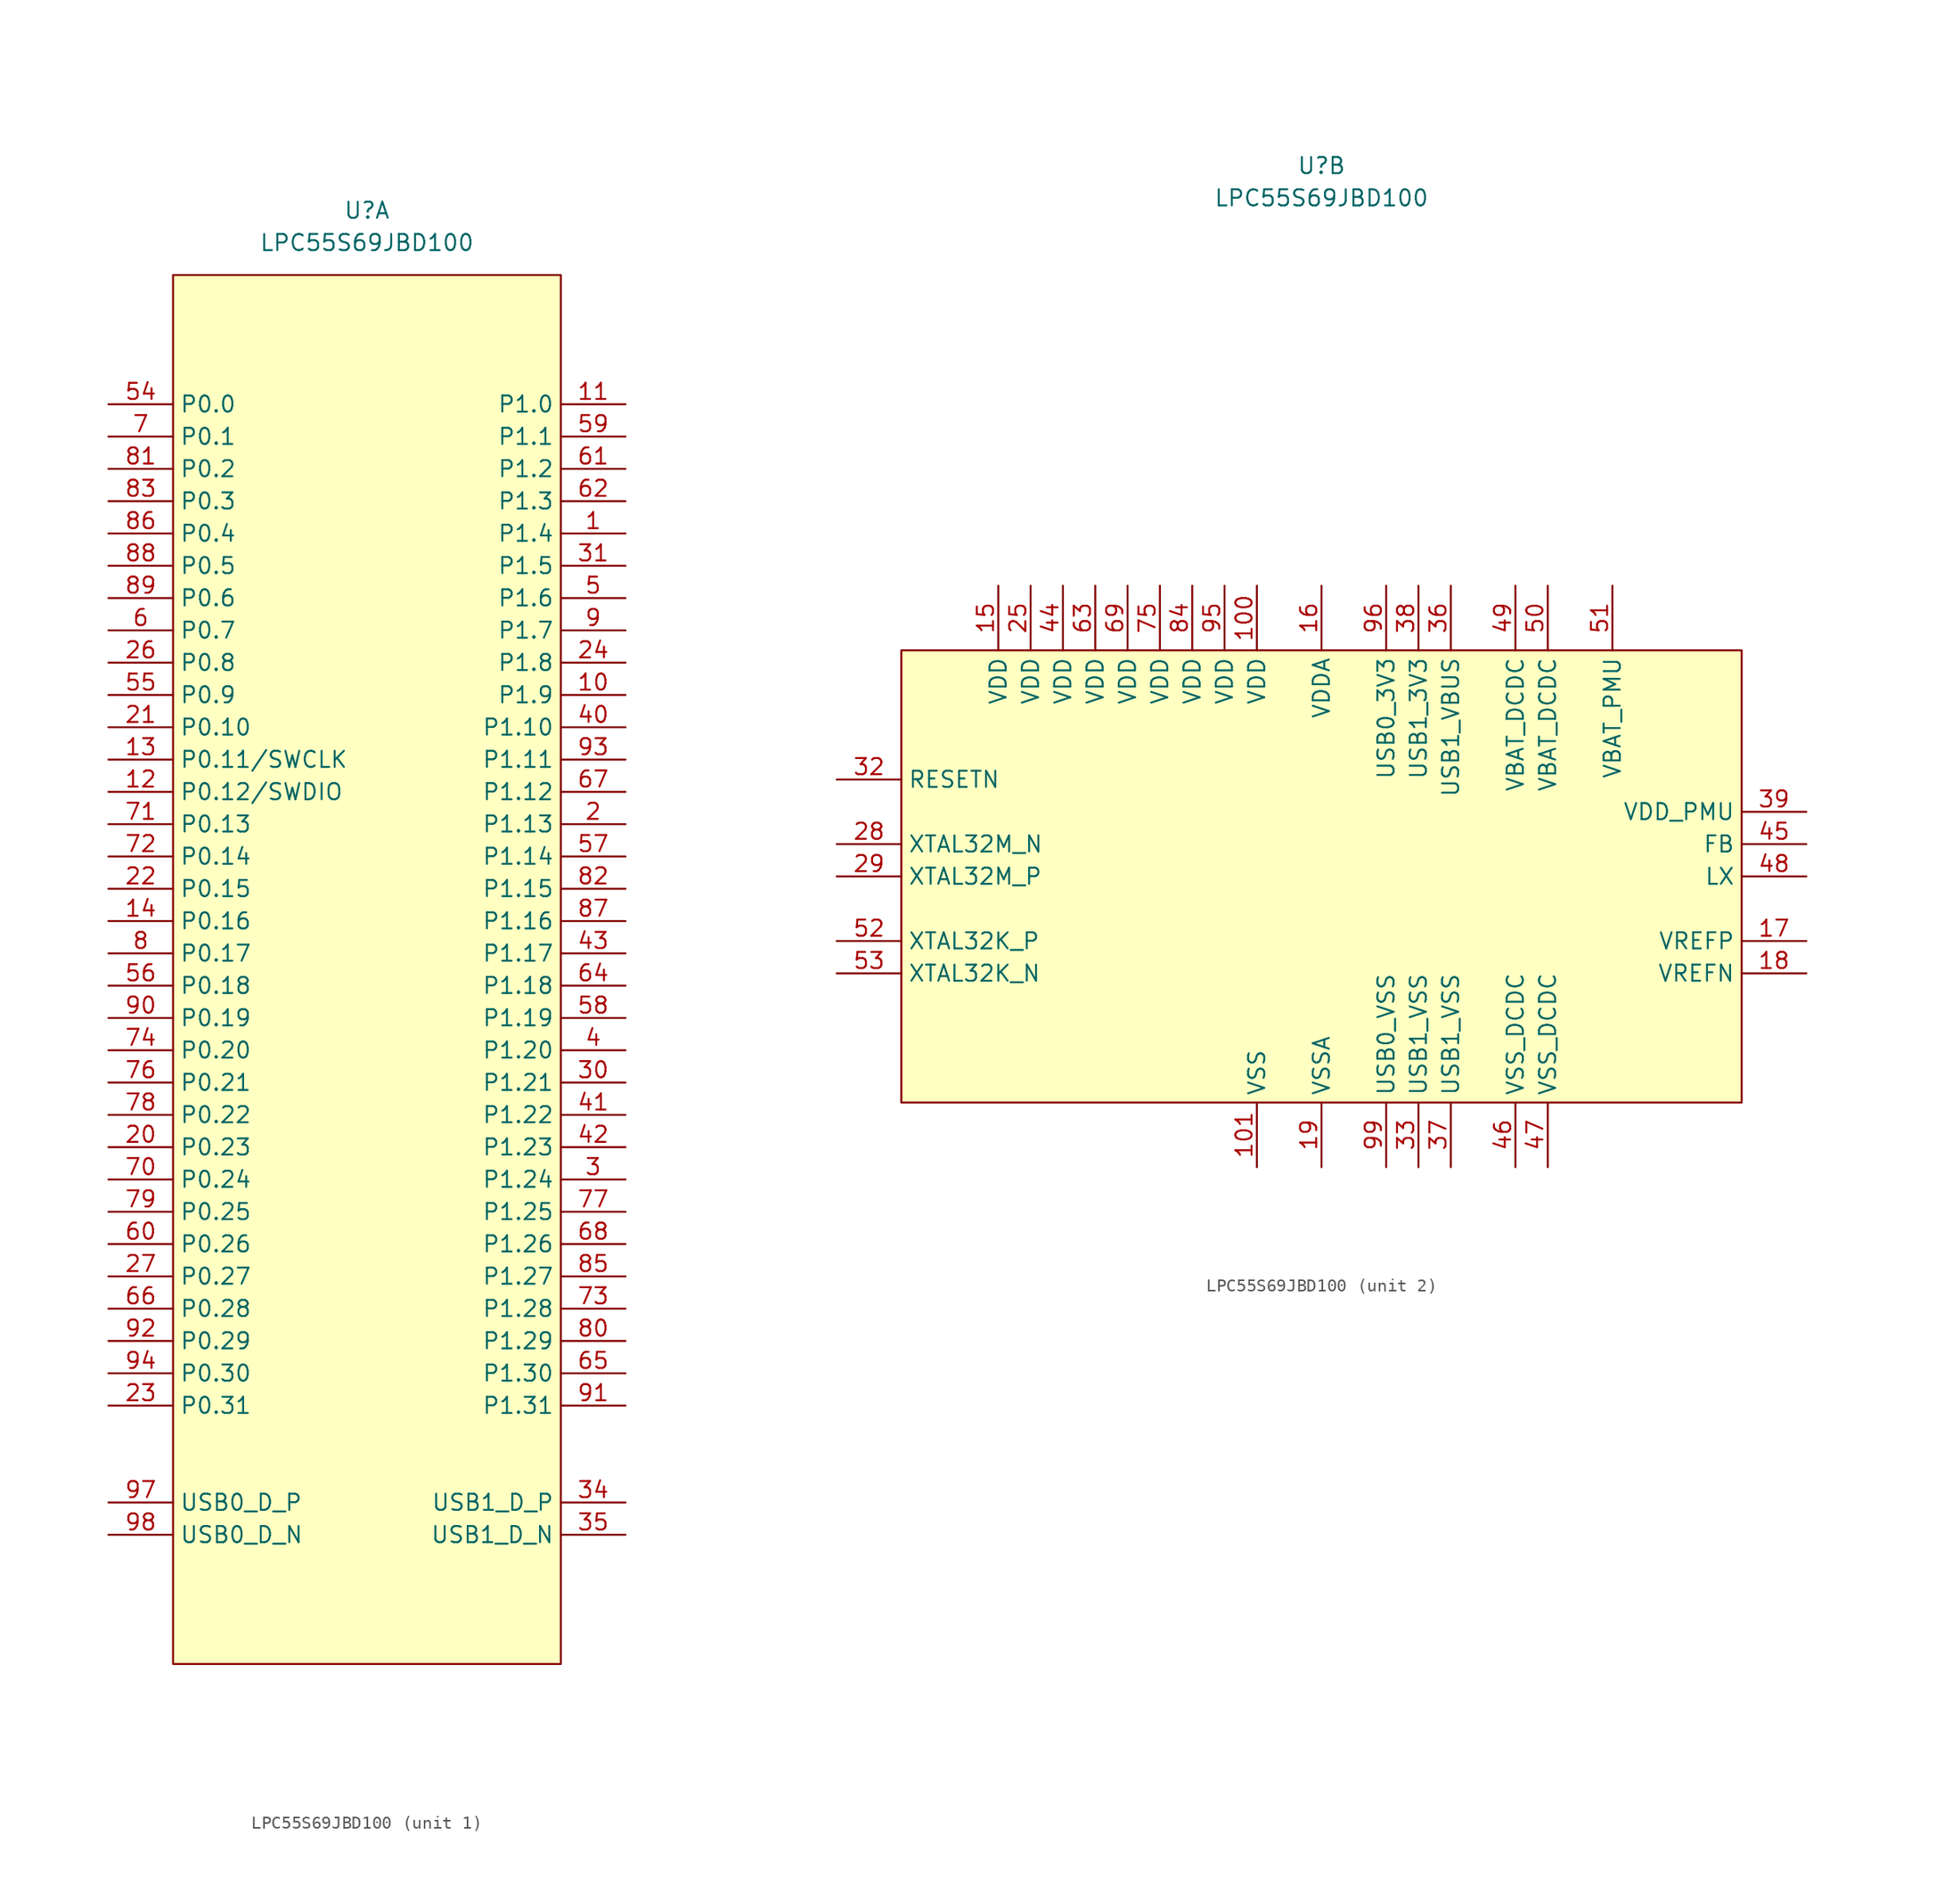
<source format=kicad_sym>
(kicad_symbol_lib
  (version 20211014)
  (generator kicad_symbol_editor)
  (symbol "LPC55S69JBD100"
    (property "Reference" "U"
      (at 0 48.26 0)
      (effects (font (size 1.27 1.27))))
    (property "Value" "LPC55S69JBD100"
      (at 0 45.72 0)
      (effects (font (size 1.27 1.27))))
    (property "ki_locked" ""
      (at 0 0 0)
      (effects (font (size 1.27 1.27))))
    (symbol "LPC55S69JBD100_1_1"
      (rectangle (start -15.24 43.18) (end 15.24 -66.04) (stroke (width 0) (type default) (color 0 0 0 0)) (fill (type background)))
      (pin bidirectional line (at 20.32 22.86 180) (length 5.08) (name "P1.4" (effects (font (size 1.27 1.27)))) (number "1" (effects (font (size 1.27 1.27)))))
      (pin bidirectional line (at 20.32 10.16 180) (length 5.08) (name "P1.9" (effects (font (size 1.27 1.27)))) (number "10" (effects (font (size 1.27 1.27)))))
      (pin bidirectional line (at 20.32 33.02 180) (length 5.08) (name "P1.0" (effects (font (size 1.27 1.27)))) (number "11" (effects (font (size 1.27 1.27)))))
      (pin bidirectional line (at -20.32 2.54 0) (length 5.08) (name "P0.12/SWDIO" (effects (font (size 1.27 1.27)))) (number "12" (effects (font (size 1.27 1.27)))))
      (pin bidirectional line (at -20.32 5.08 0) (length 5.08) (name "P0.11/SWCLK" (effects (font (size 1.27 1.27)))) (number "13" (effects (font (size 1.27 1.27)))))
      (pin bidirectional line (at -20.32 -7.62 0) (length 5.08) (name "P0.16" (effects (font (size 1.27 1.27)))) (number "14" (effects (font (size 1.27 1.27)))))
      (pin bidirectional line (at 20.32 0 180) (length 5.08) (name "P1.13" (effects (font (size 1.27 1.27)))) (number "2" (effects (font (size 1.27 1.27)))))
      (pin bidirectional line (at -20.32 -25.4 0) (length 5.08) (name "P0.23" (effects (font (size 1.27 1.27)))) (number "20" (effects (font (size 1.27 1.27)))))
      (pin bidirectional line (at -20.32 7.62 0) (length 5.08) (name "P0.10" (effects (font (size 1.27 1.27)))) (number "21" (effects (font (size 1.27 1.27)))))
      (pin bidirectional line (at -20.32 -5.08 0) (length 5.08) (name "P0.15" (effects (font (size 1.27 1.27)))) (number "22" (effects (font (size 1.27 1.27)))))
      (pin bidirectional line (at -20.32 -45.72 0) (length 5.08) (name "P0.31" (effects (font (size 1.27 1.27)))) (number "23" (effects (font (size 1.27 1.27)))))
      (pin bidirectional line (at 20.32 12.7 180) (length 5.08) (name "P1.8" (effects (font (size 1.27 1.27)))) (number "24" (effects (font (size 1.27 1.27)))))
      (pin bidirectional line (at -20.32 12.7 0) (length 5.08) (name "P0.8" (effects (font (size 1.27 1.27)))) (number "26" (effects (font (size 1.27 1.27)))))
      (pin bidirectional line (at -20.32 -35.56 0) (length 5.08) (name "P0.27" (effects (font (size 1.27 1.27)))) (number "27" (effects (font (size 1.27 1.27)))))
      (pin bidirectional line (at 20.32 -27.94 180) (length 5.08) (name "P1.24" (effects (font (size 1.27 1.27)))) (number "3" (effects (font (size 1.27 1.27)))))
      (pin bidirectional line (at 20.32 -20.32 180) (length 5.08) (name "P1.21" (effects (font (size 1.27 1.27)))) (number "30" (effects (font (size 1.27 1.27)))))
      (pin bidirectional line (at 20.32 20.32 180) (length 5.08) (name "P1.5" (effects (font (size 1.27 1.27)))) (number "31" (effects (font (size 1.27 1.27)))))
      (pin bidirectional line (at 20.32 -53.34 180) (length 5.08) (name "USB1_D_P" (effects (font (size 1.27 1.27)))) (number "34" (effects (font (size 1.27 1.27)))))
      (pin bidirectional line (at 20.32 -55.88 180) (length 5.08) (name "USB1_D_N" (effects (font (size 1.27 1.27)))) (number "35" (effects (font (size 1.27 1.27)))))
      (pin bidirectional line (at 20.32 -17.78 180) (length 5.08) (name "P1.20" (effects (font (size 1.27 1.27)))) (number "4" (effects (font (size 1.27 1.27)))))
      (pin bidirectional line (at 20.32 7.62 180) (length 5.08) (name "P1.10" (effects (font (size 1.27 1.27)))) (number "40" (effects (font (size 1.27 1.27)))))
      (pin bidirectional line (at 20.32 -22.86 180) (length 5.08) (name "P1.22" (effects (font (size 1.27 1.27)))) (number "41" (effects (font (size 1.27 1.27)))))
      (pin bidirectional line (at 20.32 -25.4 180) (length 5.08) (name "P1.23" (effects (font (size 1.27 1.27)))) (number "42" (effects (font (size 1.27 1.27)))))
      (pin bidirectional line (at 20.32 -10.16 180) (length 5.08) (name "P1.17" (effects (font (size 1.27 1.27)))) (number "43" (effects (font (size 1.27 1.27)))))
      (pin bidirectional line (at 20.32 17.78 180) (length 5.08) (name "P1.6" (effects (font (size 1.27 1.27)))) (number "5" (effects (font (size 1.27 1.27)))))
      (pin bidirectional line (at -20.32 33.02 0) (length 5.08) (name "P0.0" (effects (font (size 1.27 1.27)))) (number "54" (effects (font (size 1.27 1.27)))))
      (pin bidirectional line (at -20.32 10.16 0) (length 5.08) (name "P0.9" (effects (font (size 1.27 1.27)))) (number "55" (effects (font (size 1.27 1.27)))))
      (pin bidirectional line (at -20.32 -12.7 0) (length 5.08) (name "P0.18" (effects (font (size 1.27 1.27)))) (number "56" (effects (font (size 1.27 1.27)))))
      (pin bidirectional line (at 20.32 -2.54 180) (length 5.08) (name "P1.14" (effects (font (size 1.27 1.27)))) (number "57" (effects (font (size 1.27 1.27)))))
      (pin bidirectional line (at 20.32 -15.24 180) (length 5.08) (name "P1.19" (effects (font (size 1.27 1.27)))) (number "58" (effects (font (size 1.27 1.27)))))
      (pin bidirectional line (at 20.32 30.48 180) (length 5.08) (name "P1.1" (effects (font (size 1.27 1.27)))) (number "59" (effects (font (size 1.27 1.27)))))
      (pin bidirectional line (at -20.32 15.24 0) (length 5.08) (name "P0.7" (effects (font (size 1.27 1.27)))) (number "6" (effects (font (size 1.27 1.27)))))
      (pin bidirectional line (at -20.32 -33.02 0) (length 5.08) (name "P0.26" (effects (font (size 1.27 1.27)))) (number "60" (effects (font (size 1.27 1.27)))))
      (pin bidirectional line (at 20.32 27.94 180) (length 5.08) (name "P1.2" (effects (font (size 1.27 1.27)))) (number "61" (effects (font (size 1.27 1.27)))))
      (pin bidirectional line (at 20.32 25.4 180) (length 5.08) (name "P1.3" (effects (font (size 1.27 1.27)))) (number "62" (effects (font (size 1.27 1.27)))))
      (pin bidirectional line (at 20.32 -12.7 180) (length 5.08) (name "P1.18" (effects (font (size 1.27 1.27)))) (number "64" (effects (font (size 1.27 1.27)))))
      (pin bidirectional line (at 20.32 -43.18 180) (length 5.08) (name "P1.30" (effects (font (size 1.27 1.27)))) (number "65" (effects (font (size 1.27 1.27)))))
      (pin bidirectional line (at -20.32 -38.1 0) (length 5.08) (name "P0.28" (effects (font (size 1.27 1.27)))) (number "66" (effects (font (size 1.27 1.27)))))
      (pin bidirectional line (at 20.32 2.54 180) (length 5.08) (name "P1.12" (effects (font (size 1.27 1.27)))) (number "67" (effects (font (size 1.27 1.27)))))
      (pin bidirectional line (at 20.32 -33.02 180) (length 5.08) (name "P1.26" (effects (font (size 1.27 1.27)))) (number "68" (effects (font (size 1.27 1.27)))))
      (pin bidirectional line (at -20.32 30.48 0) (length 5.08) (name "P0.1" (effects (font (size 1.27 1.27)))) (number "7" (effects (font (size 1.27 1.27)))))
      (pin bidirectional line (at -20.32 -27.94 0) (length 5.08) (name "P0.24" (effects (font (size 1.27 1.27)))) (number "70" (effects (font (size 1.27 1.27)))))
      (pin bidirectional line (at -20.32 0 0) (length 5.08) (name "P0.13" (effects (font (size 1.27 1.27)))) (number "71" (effects (font (size 1.27 1.27)))))
      (pin bidirectional line (at -20.32 -2.54 0) (length 5.08) (name "P0.14" (effects (font (size 1.27 1.27)))) (number "72" (effects (font (size 1.27 1.27)))))
      (pin bidirectional line (at 20.32 -38.1 180) (length 5.08) (name "P1.28" (effects (font (size 1.27 1.27)))) (number "73" (effects (font (size 1.27 1.27)))))
      (pin bidirectional line (at -20.32 -17.78 0) (length 5.08) (name "P0.20" (effects (font (size 1.27 1.27)))) (number "74" (effects (font (size 1.27 1.27)))))
      (pin bidirectional line (at -20.32 -20.32 0) (length 5.08) (name "P0.21" (effects (font (size 1.27 1.27)))) (number "76" (effects (font (size 1.27 1.27)))))
      (pin bidirectional line (at 20.32 -30.48 180) (length 5.08) (name "P1.25" (effects (font (size 1.27 1.27)))) (number "77" (effects (font (size 1.27 1.27)))))
      (pin bidirectional line (at -20.32 -22.86 0) (length 5.08) (name "P0.22" (effects (font (size 1.27 1.27)))) (number "78" (effects (font (size 1.27 1.27)))))
      (pin bidirectional line (at -20.32 -30.48 0) (length 5.08) (name "P0.25" (effects (font (size 1.27 1.27)))) (number "79" (effects (font (size 1.27 1.27)))))
      (pin bidirectional line (at -20.32 -10.16 0) (length 5.08) (name "P0.17" (effects (font (size 1.27 1.27)))) (number "8" (effects (font (size 1.27 1.27)))))
      (pin bidirectional line (at 20.32 -40.64 180) (length 5.08) (name "P1.29" (effects (font (size 1.27 1.27)))) (number "80" (effects (font (size 1.27 1.27)))))
      (pin bidirectional line (at -20.32 27.94 0) (length 5.08) (name "P0.2" (effects (font (size 1.27 1.27)))) (number "81" (effects (font (size 1.27 1.27)))))
      (pin bidirectional line (at 20.32 -5.08 180) (length 5.08) (name "P1.15" (effects (font (size 1.27 1.27)))) (number "82" (effects (font (size 1.27 1.27)))))
      (pin bidirectional line (at -20.32 25.4 0) (length 5.08) (name "P0.3" (effects (font (size 1.27 1.27)))) (number "83" (effects (font (size 1.27 1.27)))))
      (pin bidirectional line (at 20.32 -35.56 180) (length 5.08) (name "P1.27" (effects (font (size 1.27 1.27)))) (number "85" (effects (font (size 1.27 1.27)))))
      (pin bidirectional line (at -20.32 22.86 0) (length 5.08) (name "P0.4" (effects (font (size 1.27 1.27)))) (number "86" (effects (font (size 1.27 1.27)))))
      (pin bidirectional line (at 20.32 -7.62 180) (length 5.08) (name "P1.16" (effects (font (size 1.27 1.27)))) (number "87" (effects (font (size 1.27 1.27)))))
      (pin bidirectional line (at -20.32 20.32 0) (length 5.08) (name "P0.5" (effects (font (size 1.27 1.27)))) (number "88" (effects (font (size 1.27 1.27)))))
      (pin bidirectional line (at -20.32 17.78 0) (length 5.08) (name "P0.6" (effects (font (size 1.27 1.27)))) (number "89" (effects (font (size 1.27 1.27)))))
      (pin bidirectional line (at 20.32 15.24 180) (length 5.08) (name "P1.7" (effects (font (size 1.27 1.27)))) (number "9" (effects (font (size 1.27 1.27)))))
      (pin bidirectional line (at -20.32 -15.24 0) (length 5.08) (name "P0.19" (effects (font (size 1.27 1.27)))) (number "90" (effects (font (size 1.27 1.27)))))
      (pin bidirectional line (at 20.32 -45.72 180) (length 5.08) (name "P1.31" (effects (font (size 1.27 1.27)))) (number "91" (effects (font (size 1.27 1.27)))))
      (pin bidirectional line (at -20.32 -40.64 0) (length 5.08) (name "P0.29" (effects (font (size 1.27 1.27)))) (number "92" (effects (font (size 1.27 1.27)))))
      (pin bidirectional line (at 20.32 5.08 180) (length 5.08) (name "P1.11" (effects (font (size 1.27 1.27)))) (number "93" (effects (font (size 1.27 1.27)))))
      (pin bidirectional line (at -20.32 -43.18 0) (length 5.08) (name "P0.30" (effects (font (size 1.27 1.27)))) (number "94" (effects (font (size 1.27 1.27)))))
      (pin bidirectional line (at -20.32 -53.34 0) (length 5.08) (name "USB0_D_P" (effects (font (size 1.27 1.27)))) (number "97" (effects (font (size 1.27 1.27)))))
      (pin bidirectional line (at -20.32 -55.88 0) (length 5.08) (name "USB0_D_N" (effects (font (size 1.27 1.27)))) (number "98" (effects (font (size 1.27 1.27))))))
    (symbol "LPC55S69JBD100_2_1"
      (rectangle (start -33.02 10.16) (end 33.02 -25.4) (stroke (width 0) (type default) (color 0 0 0 0)) (fill (type background)))
      (pin power_in line (at -5.08 15.24 270) (length 5.08) (name "VDD" (effects (font (size 1.27 1.27)))) (number "100" (effects (font (size 1.27 1.27)))))
      (pin power_in line (at -5.08 -30.48 90) (length 5.08) (name "VSS" (effects (font (size 1.27 1.27)))) (number "101" (effects (font (size 1.27 1.27)))))
      (pin power_in line (at -25.4 15.24 270) (length 5.08) (name "VDD" (effects (font (size 1.27 1.27)))) (number "15" (effects (font (size 1.27 1.27)))))
      (pin power_in line (at 0 15.24 270) (length 5.08) (name "VDDA" (effects (font (size 1.27 1.27)))) (number "16" (effects (font (size 1.27 1.27)))))
      (pin input line (at 38.1 -12.7 180) (length 5.08) (name "VREFP" (effects (font (size 1.27 1.27)))) (number "17" (effects (font (size 1.27 1.27)))))
      (pin input line (at 38.1 -15.24 180) (length 5.08) (name "VREFN" (effects (font (size 1.27 1.27)))) (number "18" (effects (font (size 1.27 1.27)))))
      (pin power_in line (at 0 -30.48 90) (length 5.08) (name "VSSA" (effects (font (size 1.27 1.27)))) (number "19" (effects (font (size 1.27 1.27)))))
      (pin power_in line (at -22.86 15.24 270) (length 5.08) (name "VDD" (effects (font (size 1.27 1.27)))) (number "25" (effects (font (size 1.27 1.27)))))
      (pin input line (at -38.1 -5.08 0) (length 5.08) (name "XTAL32M_N" (effects (font (size 1.27 1.27)))) (number "28" (effects (font (size 1.27 1.27)))))
      (pin output line (at -38.1 -7.62 0) (length 5.08) (name "XTAL32M_P" (effects (font (size 1.27 1.27)))) (number "29" (effects (font (size 1.27 1.27)))))
      (pin input line (at -38.1 0 0) (length 5.08) (name "RESETN" (effects (font (size 1.27 1.27)))) (number "32" (effects (font (size 1.27 1.27)))))
      (pin power_in line (at 7.62 -30.48 90) (length 5.08) (name "USB1_VSS" (effects (font (size 1.27 1.27)))) (number "33" (effects (font (size 1.27 1.27)))))
      (pin power_in line (at 10.16 15.24 270) (length 5.08) (name "USB1_VBUS" (effects (font (size 1.27 1.27)))) (number "36" (effects (font (size 1.27 1.27)))))
      (pin power_in line (at 10.16 -30.48 90) (length 5.08) (name "USB1_VSS" (effects (font (size 1.27 1.27)))) (number "37" (effects (font (size 1.27 1.27)))))
      (pin power_in line (at 7.62 15.24 270) (length 5.08) (name "USB1_3V3" (effects (font (size 1.27 1.27)))) (number "38" (effects (font (size 1.27 1.27)))))
      (pin output line (at 38.1 -2.54 180) (length 5.08) (name "VDD_PMU" (effects (font (size 1.27 1.27)))) (number "39" (effects (font (size 1.27 1.27)))))
      (pin power_in line (at -20.32 15.24 270) (length 5.08) (name "VDD" (effects (font (size 1.27 1.27)))) (number "44" (effects (font (size 1.27 1.27)))))
      (pin input line (at 38.1 -5.08 180) (length 5.08) (name "FB" (effects (font (size 1.27 1.27)))) (number "45" (effects (font (size 1.27 1.27)))))
      (pin power_in line (at 15.24 -30.48 90) (length 5.08) (name "VSS_DCDC" (effects (font (size 1.27 1.27)))) (number "46" (effects (font (size 1.27 1.27)))))
      (pin power_in line (at 17.78 -30.48 90) (length 5.08) (name "VSS_DCDC" (effects (font (size 1.27 1.27)))) (number "47" (effects (font (size 1.27 1.27)))))
      (pin input line (at 38.1 -7.62 180) (length 5.08) (name "LX" (effects (font (size 1.27 1.27)))) (number "48" (effects (font (size 1.27 1.27)))))
      (pin power_in line (at 15.24 15.24 270) (length 5.08) (name "VBAT_DCDC" (effects (font (size 1.27 1.27)))) (number "49" (effects (font (size 1.27 1.27)))))
      (pin power_in line (at 17.78 15.24 270) (length 5.08) (name "VBAT_DCDC" (effects (font (size 1.27 1.27)))) (number "50" (effects (font (size 1.27 1.27)))))
      (pin power_in line (at 22.86 15.24 270) (length 5.08) (name "VBAT_PMU" (effects (font (size 1.27 1.27)))) (number "51" (effects (font (size 1.27 1.27)))))
      (pin output line (at -38.1 -12.7 0) (length 5.08) (name "XTAL32K_P" (effects (font (size 1.27 1.27)))) (number "52" (effects (font (size 1.27 1.27)))))
      (pin input line (at -38.1 -15.24 0) (length 5.08) (name "XTAL32K_N" (effects (font (size 1.27 1.27)))) (number "53" (effects (font (size 1.27 1.27)))))
      (pin power_in line (at -17.78 15.24 270) (length 5.08) (name "VDD" (effects (font (size 1.27 1.27)))) (number "63" (effects (font (size 1.27 1.27)))))
      (pin power_in line (at -15.24 15.24 270) (length 5.08) (name "VDD" (effects (font (size 1.27 1.27)))) (number "69" (effects (font (size 1.27 1.27)))))
      (pin power_in line (at -12.7 15.24 270) (length 5.08) (name "VDD" (effects (font (size 1.27 1.27)))) (number "75" (effects (font (size 1.27 1.27)))))
      (pin power_in line (at -10.16 15.24 270) (length 5.08) (name "VDD" (effects (font (size 1.27 1.27)))) (number "84" (effects (font (size 1.27 1.27)))))
      (pin power_in line (at -7.62 15.24 270) (length 5.08) (name "VDD" (effects (font (size 1.27 1.27)))) (number "95" (effects (font (size 1.27 1.27)))))
      (pin power_in line (at 5.08 15.24 270) (length 5.08) (name "USB0_3V3" (effects (font (size 1.27 1.27)))) (number "96" (effects (font (size 1.27 1.27)))))
      (pin power_in line (at 5.08 -30.48 90) (length 5.08) (name "USB0_VSS" (effects (font (size 1.27 1.27)))) (number "99" (effects (font (size 1.27 1.27))))))))
</source>
